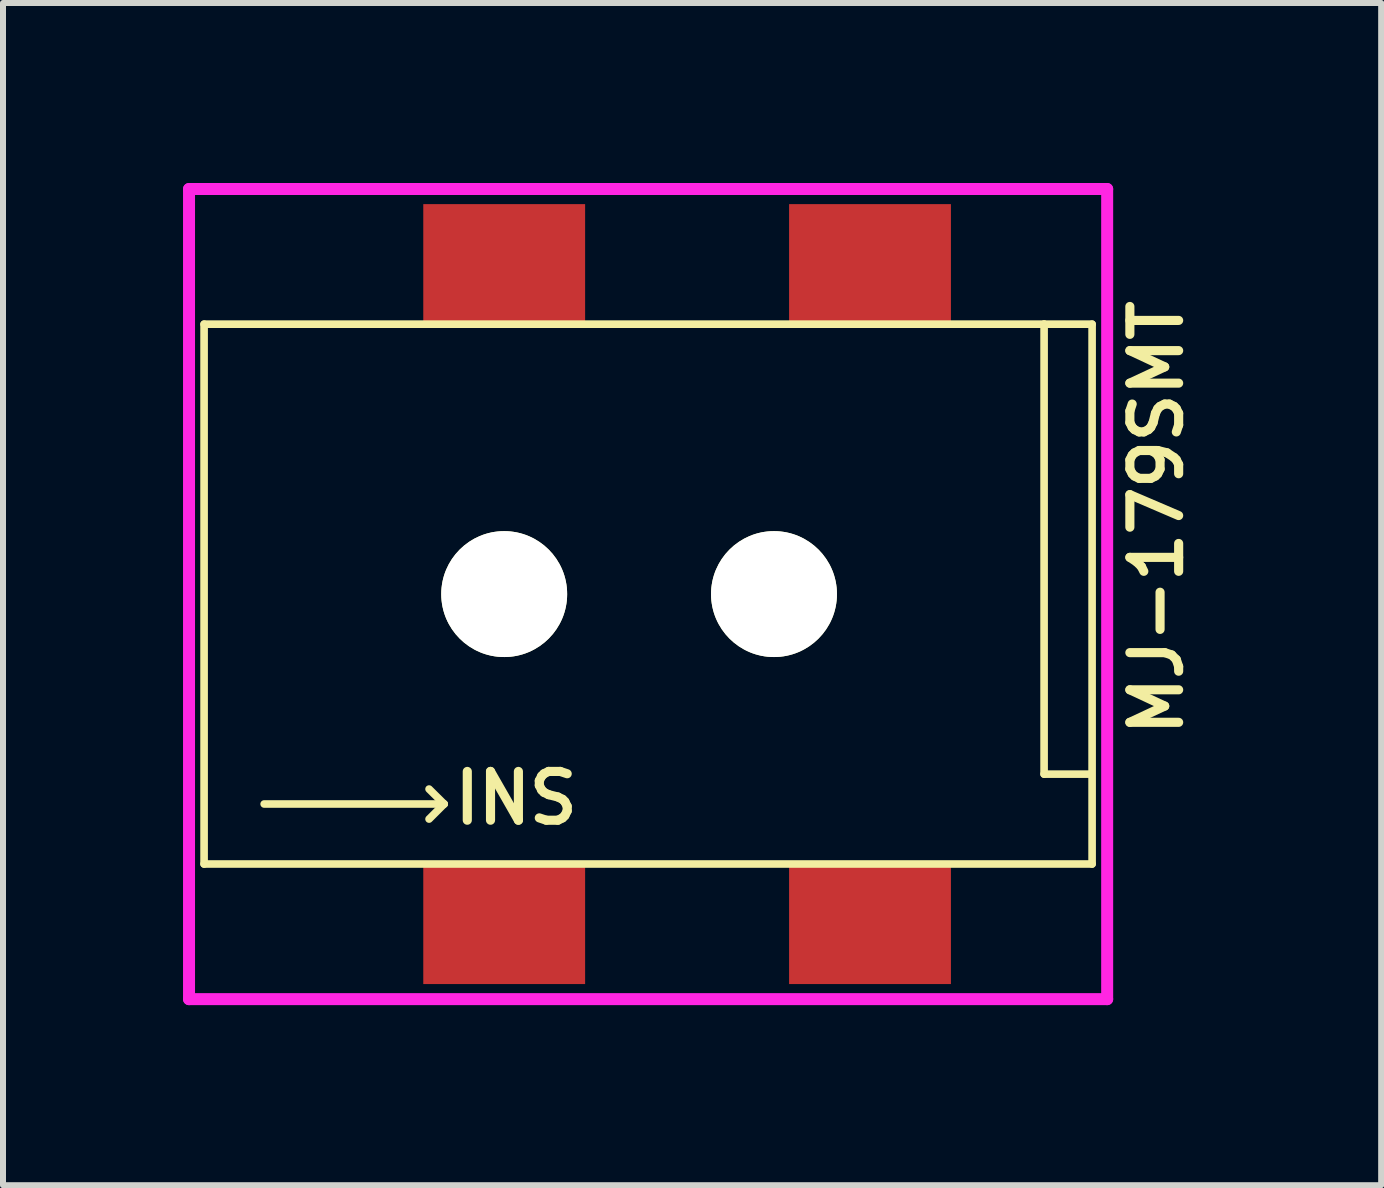
<source format=kicad_pcb>
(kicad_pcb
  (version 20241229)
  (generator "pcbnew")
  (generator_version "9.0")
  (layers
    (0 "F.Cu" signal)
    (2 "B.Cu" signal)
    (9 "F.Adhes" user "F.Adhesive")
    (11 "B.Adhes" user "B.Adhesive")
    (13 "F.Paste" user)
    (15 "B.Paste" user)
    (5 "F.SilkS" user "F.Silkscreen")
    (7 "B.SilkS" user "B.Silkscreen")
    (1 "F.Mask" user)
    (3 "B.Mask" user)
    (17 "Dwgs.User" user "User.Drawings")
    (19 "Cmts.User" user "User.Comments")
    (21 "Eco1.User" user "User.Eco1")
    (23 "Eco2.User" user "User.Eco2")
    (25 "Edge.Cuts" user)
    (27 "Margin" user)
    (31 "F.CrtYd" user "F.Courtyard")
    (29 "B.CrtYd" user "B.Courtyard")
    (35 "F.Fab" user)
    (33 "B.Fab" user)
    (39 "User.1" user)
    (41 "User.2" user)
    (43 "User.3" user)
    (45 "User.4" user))
  (footprint "MJ-179SMT"
    (layer "F.Cu")
    (at 7.75 6.85)
    (property "Reference" "MJ-179SMT" (at 8.473 -1.27 90) (layer "F.SilkS") (effects (font (size 0.813 0.813) (thickness 0.152))))
    (attr smd)
    (fp_line (start -7.399 -4.498) (end -7.399 4.498) (stroke (width 0.127) (type solid)) (layer "F.SilkS"))
    (fp_line (start -7.399 4.498) (end 7.399 4.498) (stroke (width 0.127) (type solid)) (layer "F.SilkS"))
    (fp_line (start -6.398 3.498) (end -3.399 3.498) (stroke (width 0.127) (type solid)) (layer "F.SilkS"))
    (fp_line (start -3.399 3.498) (end -3.65 3.249) (stroke (width 0.127) (type solid)) (layer "F.SilkS"))
    (fp_line (start -3.399 3.498) (end -3.65 3.749) (stroke (width 0.127) (type solid)) (layer "F.SilkS"))
    (fp_line (start 6.599 -4.498) (end -7.399 -4.498) (stroke (width 0.127) (type solid)) (layer "F.SilkS"))
    (fp_line (start 6.599 -4.498) (end 6.599 3) (stroke (width 0.127) (type solid)) (layer "F.SilkS"))
    (fp_line (start 6.599 3) (end 7.348 3) (stroke (width 0.127) (type solid)) (layer "F.SilkS"))
    (fp_line (start 7.399 -4.498) (end 6.599 -4.498) (stroke (width 0.127) (type solid)) (layer "F.SilkS"))
    (fp_line (start 7.399 4.498) (end 7.399 -4.498) (stroke (width 0.127) (type solid)) (layer "F.SilkS"))
    (fp_line (start -7.65 6.75) (end -7.65 -6.75) (stroke (width 0.2) (type solid)) (layer "F.CrtYd"))
    (fp_line (start -7.65 6.75) (end 7.65 6.75) (stroke (width 0.2) (type solid)) (layer "F.CrtYd"))
    (fp_line (start 7.65 -6.75) (end -7.65 -6.75) (stroke (width 0.2) (type solid)) (layer "F.CrtYd"))
    (fp_line (start 7.65 6.75) (end 7.65 -6.75) (stroke (width 0.2) (type solid)) (layer "F.CrtYd"))
    (fp_text user "INS" (at -2.2 3.4 0) (layer "F.SilkS") (effects (font (size 0.813 0.813) (thickness 0.152))))
    (pad "" np_thru_hole circle (at -2.398 0) (size 2.098 2.098) (drill 2.098) (layers "*.Cu" "*.Mask" "F.SilkS"))
    (pad "" np_thru_hole circle (at 2.098 0) (size 2.098 2.098) (drill 2.098) (layers "*.Cu" "*.Mask" "F.SilkS"))
    (pad "1" smd rect (at -2.398 5.499) (size 2.697 1.999) (layers "F.Cu" "F.Mask" "F.Paste"))
    (pad "2" smd rect (at 3.698 5.499) (size 2.697 1.999) (layers "F.Cu" "F.Mask" "F.Paste"))
    (pad "3" smd rect (at 3.698 -5.499) (size 2.697 1.999) (layers "F.Cu" "F.Mask" "F.Paste"))
    (pad "4" smd rect (at -2.398 -5.499) (size 2.697 1.999) (layers "F.Cu" "F.Mask" "F.Paste")))
  (gr_rect
    (start -3 -3)
    (end 19.966 16.7)
    (stroke (width 0.1) (type default))
    (fill no)
    (layer "Edge.Cuts")))
</source>
